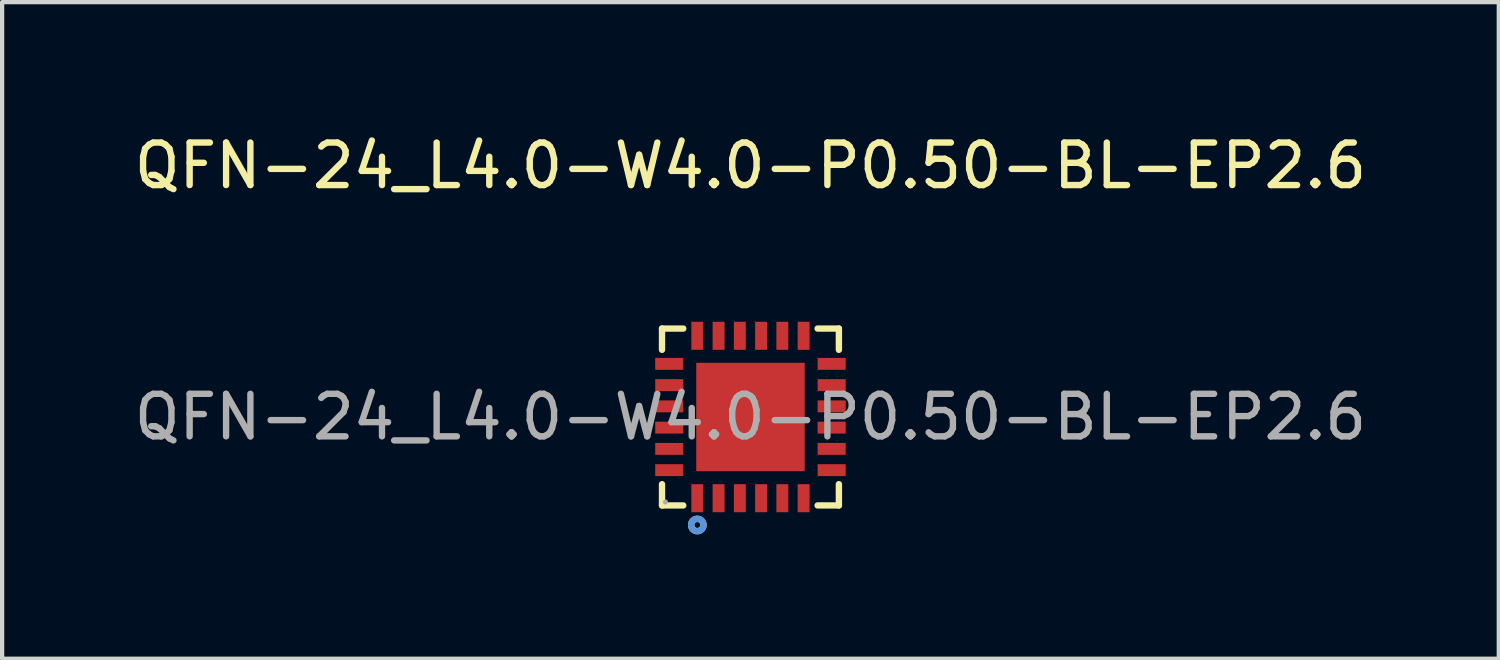
<source format=kicad_pcb>
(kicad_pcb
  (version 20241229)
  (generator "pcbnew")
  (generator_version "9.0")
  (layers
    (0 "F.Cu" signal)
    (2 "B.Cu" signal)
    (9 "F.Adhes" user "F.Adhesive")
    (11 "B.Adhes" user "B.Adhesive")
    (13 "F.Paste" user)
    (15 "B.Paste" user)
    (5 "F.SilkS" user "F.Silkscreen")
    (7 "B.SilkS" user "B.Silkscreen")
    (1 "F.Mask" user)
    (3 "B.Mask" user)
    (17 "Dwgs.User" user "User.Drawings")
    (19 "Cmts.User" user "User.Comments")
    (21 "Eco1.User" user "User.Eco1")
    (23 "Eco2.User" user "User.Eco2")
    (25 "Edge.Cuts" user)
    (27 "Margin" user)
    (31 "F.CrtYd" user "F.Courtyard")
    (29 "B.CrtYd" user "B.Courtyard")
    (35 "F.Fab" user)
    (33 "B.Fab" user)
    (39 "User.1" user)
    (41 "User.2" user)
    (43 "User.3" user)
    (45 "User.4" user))
  (footprint "QFN-24_L4.0-W4.0-P0.50-BL-EP2.6"
    (layer "F.Cu")
    (at 14.601 6.758)
    (property "Reference" "QFN-24_L4.0-W4.0-P0.50-BL-EP2.6" (at 0 -5.91 0) (layer "F.SilkS") (effects (font (size 1 1) (thickness 0.15))))
    (attr smd)
    (fp_line (start -2.08 -2.08) (end -1.58 -2.08) (stroke (width 0.15) (type solid)) (layer "F.SilkS"))
    (fp_line (start -2.08 -1.58) (end -2.08 -2.08) (stroke (width 0.15) (type solid)) (layer "F.SilkS"))
    (fp_line (start -2.08 1.58) (end -2.08 2.08) (stroke (width 0.15) (type solid)) (layer "F.SilkS"))
    (fp_line (start -2.08 2.08) (end -1.58 2.08) (stroke (width 0.15) (type solid)) (layer "F.SilkS"))
    (fp_line (start 2.08 -2.08) (end 1.58 -2.08) (stroke (width 0.15) (type solid)) (layer "F.SilkS"))
    (fp_line (start 2.08 -1.58) (end 2.08 -2.08) (stroke (width 0.15) (type solid)) (layer "F.SilkS"))
    (fp_line (start 2.08 1.58) (end 2.08 2.08) (stroke (width 0.15) (type solid)) (layer "F.SilkS"))
    (fp_line (start 2.08 2.08) (end 1.58 2.08) (stroke (width 0.15) (type solid)) (layer "F.SilkS"))
    (fp_circle (center -1.25 2.54) (end -1.18 2.54) (stroke (width 0.15) (type solid)) (fill no) (layer "F.SilkS"))
    (fp_circle (center -1.25 2.54) (end -1.18 2.54) (stroke (width 0.15) (type solid)) (fill no) (layer "Cmts.User"))
    (fp_circle (center -2 2) (end -1.97 2) (stroke (width 0.06) (type solid)) (fill no) (layer "F.Fab"))
    (fp_text user "${REFERENCE}" (at 0 0 0) (layer "F.Fab") (effects (font (size 1 1) (thickness 0.15))))
    (pad "1" smd rect (at -1.25 1.91) (size 0.28 0.66) (layers "F.Cu" "F.Mask" "F.Paste"))
    (pad "2" smd rect (at -0.75 1.91) (size 0.28 0.66) (layers "F.Cu" "F.Mask" "F.Paste"))
    (pad "3" smd rect (at -0.25 1.91) (size 0.28 0.66) (layers "F.Cu" "F.Mask" "F.Paste"))
    (pad "4" smd rect (at 0.25 1.91) (size 0.28 0.66) (layers "F.Cu" "F.Mask" "F.Paste"))
    (pad "5" smd rect (at 0.75 1.91) (size 0.28 0.66) (layers "F.Cu" "F.Mask" "F.Paste"))
    (pad "6" smd rect (at 1.25 1.91) (size 0.28 0.66) (layers "F.Cu" "F.Mask" "F.Paste"))
    (pad "7" smd rect (at 1.91 1.25) (size 0.66 0.28) (layers "F.Cu" "F.Mask" "F.Paste"))
    (pad "8" smd rect (at 1.91 0.75) (size 0.66 0.28) (layers "F.Cu" "F.Mask" "F.Paste"))
    (pad "9" smd rect (at 1.91 0.25) (size 0.66 0.28) (layers "F.Cu" "F.Mask" "F.Paste"))
    (pad "10" smd rect (at 1.91 -0.25) (size 0.66 0.28) (layers "F.Cu" "F.Mask" "F.Paste"))
    (pad "11" smd rect (at 1.91 -0.75) (size 0.66 0.28) (layers "F.Cu" "F.Mask" "F.Paste"))
    (pad "12" smd rect (at 1.91 -1.25) (size 0.66 0.28) (layers "F.Cu" "F.Mask" "F.Paste"))
    (pad "13" smd rect (at 1.25 -1.91) (size 0.28 0.66) (layers "F.Cu" "F.Mask" "F.Paste"))
    (pad "14" smd rect (at 0.75 -1.91) (size 0.28 0.66) (layers "F.Cu" "F.Mask" "F.Paste"))
    (pad "15" smd rect (at 0.25 -1.91) (size 0.28 0.66) (layers "F.Cu" "F.Mask" "F.Paste"))
    (pad "16" smd rect (at -0.25 -1.91) (size 0.28 0.66) (layers "F.Cu" "F.Mask" "F.Paste"))
    (pad "17" smd rect (at -0.75 -1.91) (size 0.28 0.66) (layers "F.Cu" "F.Mask" "F.Paste"))
    (pad "18" smd rect (at -1.25 -1.91) (size 0.28 0.66) (layers "F.Cu" "F.Mask" "F.Paste"))
    (pad "19" smd rect (at -1.91 -1.25) (size 0.66 0.28) (layers "F.Cu" "F.Mask" "F.Paste"))
    (pad "20" smd rect (at -1.91 -0.75) (size 0.66 0.28) (layers "F.Cu" "F.Mask" "F.Paste"))
    (pad "21" smd rect (at -1.91 -0.25) (size 0.66 0.28) (layers "F.Cu" "F.Mask" "F.Paste"))
    (pad "22" smd rect (at -1.91 0.25) (size 0.66 0.28) (layers "F.Cu" "F.Mask" "F.Paste"))
    (pad "23" smd rect (at -1.91 0.75) (size 0.66 0.28) (layers "F.Cu" "F.Mask" "F.Paste"))
    (pad "24" smd rect (at -1.91 1.25) (size 0.66 0.28) (layers "F.Cu" "F.Mask" "F.Paste"))
    (pad "25" smd rect (at 0 0) (size 2.55 2.55) (layers "F.Cu" "F.Mask" "F.Paste")))
  (gr_rect
    (start -3 -3)
    (end 32.202 12.443)
    (stroke (width 0.1) (type default))
    (fill no)
    (layer "Edge.Cuts")))
</source>
